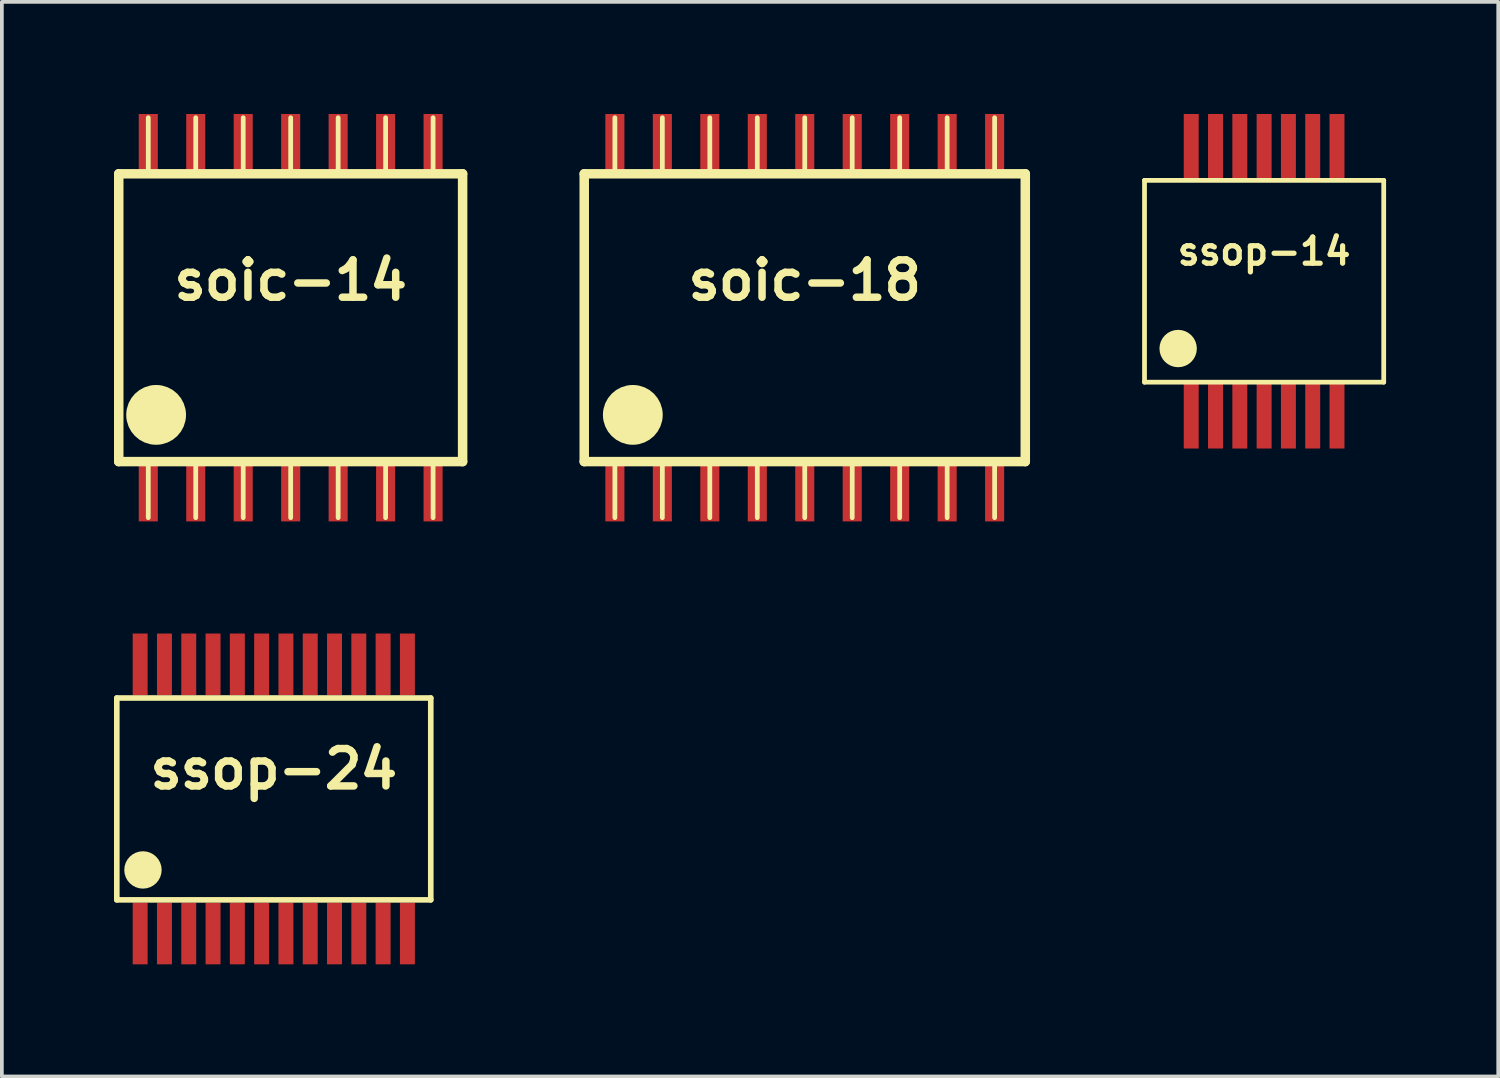
<source format=kicad_pcb>
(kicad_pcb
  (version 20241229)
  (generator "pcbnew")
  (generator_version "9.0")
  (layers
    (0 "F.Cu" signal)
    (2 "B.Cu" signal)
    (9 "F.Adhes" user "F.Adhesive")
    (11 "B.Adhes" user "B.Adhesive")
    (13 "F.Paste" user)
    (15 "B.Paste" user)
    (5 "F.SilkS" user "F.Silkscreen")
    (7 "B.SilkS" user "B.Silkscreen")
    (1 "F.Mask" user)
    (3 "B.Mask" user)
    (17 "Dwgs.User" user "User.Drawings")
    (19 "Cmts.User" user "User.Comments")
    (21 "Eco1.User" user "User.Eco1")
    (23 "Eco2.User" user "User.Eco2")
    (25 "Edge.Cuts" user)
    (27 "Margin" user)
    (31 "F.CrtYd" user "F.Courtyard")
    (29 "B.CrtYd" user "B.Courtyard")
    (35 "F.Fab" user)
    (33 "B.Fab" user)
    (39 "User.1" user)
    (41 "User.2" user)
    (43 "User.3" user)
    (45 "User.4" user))
  (footprint "soic-14"
    (layer "F.Cu")
    (at 4.727 5.45)
    (property "Reference" "soic-14" (at 0 -1 0) (layer "F.SilkS") (effects (font (size 1 1) (thickness 0.2))))
    (attr smd)
    (fp_line (start -4.6 -3.85) (end -4.6 3.85) (stroke (width 0.254) (type solid)) (layer "F.SilkS"))
    (fp_line (start -4.6 3.85) (end 4.6 3.85) (stroke (width 0.254) (type solid)) (layer "F.SilkS"))
    (fp_line (start -3.81 -3.85) (end -3.81 -5.35) (stroke (width 0.127) (type solid)) (layer "F.SilkS"))
    (fp_line (start -3.81 3.85) (end -3.81 5.35) (stroke (width 0.127) (type solid)) (layer "F.SilkS"))
    (fp_line (start -2.54 -3.85) (end -2.54 -5.35) (stroke (width 0.127) (type solid)) (layer "F.SilkS"))
    (fp_line (start -2.54 5.35) (end -2.54 3.85) (stroke (width 0.127) (type solid)) (layer "F.SilkS"))
    (fp_line (start -1.27 -5.35) (end -1.27 -3.85) (stroke (width 0.127) (type solid)) (layer "F.SilkS"))
    (fp_line (start -1.27 5.35) (end -1.27 3.85) (stroke (width 0.127) (type solid)) (layer "F.SilkS"))
    (fp_line (start 0 -5.35) (end 0 -3.85) (stroke (width 0.127) (type solid)) (layer "F.SilkS"))
    (fp_line (start 0 5.35) (end 0 3.85) (stroke (width 0.127) (type solid)) (layer "F.SilkS"))
    (fp_line (start 1.27 -5.35) (end 1.27 -3.85) (stroke (width 0.127) (type solid)) (layer "F.SilkS"))
    (fp_line (start 1.27 5.35) (end 1.27 3.85) (stroke (width 0.127) (type solid)) (layer "F.SilkS"))
    (fp_line (start 2.54 -3.85) (end 2.54 -5.35) (stroke (width 0.127) (type solid)) (layer "F.SilkS"))
    (fp_line (start 2.54 3.85) (end 2.54 5.35) (stroke (width 0.127) (type solid)) (layer "F.SilkS"))
    (fp_line (start 3.81 -3.85) (end 3.81 -5.35) (stroke (width 0.127) (type solid)) (layer "F.SilkS"))
    (fp_line (start 3.81 3.85) (end 3.81 5.35) (stroke (width 0.127) (type solid)) (layer "F.SilkS"))
    (fp_line (start 4.6 -3.85) (end -4.6 -3.85) (stroke (width 0.254) (type solid)) (layer "F.SilkS"))
    (fp_line (start 4.6 3.85) (end 4.6 -3.85) (stroke (width 0.254) (type solid)) (layer "F.SilkS"))
    (fp_circle (center -3.6 2.6) (end -3.2 2.6) (stroke (width 0.8) (type solid)) (fill no) (layer "F.SilkS"))
    (pad "1" smd rect (at -3.81 4.7) (size 0.51 1.5) (layers "F.Cu" "F.Mask" "F.Paste"))
    (pad "2" smd rect (at -2.54 4.7) (size 0.51 1.5) (layers "F.Cu" "F.Mask" "F.Paste"))
    (pad "3" smd rect (at -1.27 4.7) (size 0.51 1.5) (layers "F.Cu" "F.Mask" "F.Paste"))
    (pad "4" smd rect (at 0 4.7) (size 0.51 1.5) (layers "F.Cu" "F.Mask" "F.Paste"))
    (pad "5" smd rect (at 1.27 4.7) (size 0.51 1.5) (layers "F.Cu" "F.Mask" "F.Paste"))
    (pad "6" smd rect (at 2.54 4.7) (size 0.51 1.5) (layers "F.Cu" "F.Mask" "F.Paste"))
    (pad "7" smd rect (at 3.81 4.7) (size 0.51 1.5) (layers "F.Cu" "F.Mask" "F.Paste"))
    (pad "8" smd rect (at 3.81 -4.7) (size 0.51 1.5) (layers "F.Cu" "F.Mask" "F.Paste"))
    (pad "9" smd rect (at 2.54 -4.7) (size 0.51 1.5) (layers "F.Cu" "F.Mask" "F.Paste"))
    (pad "10" smd rect (at 1.27 -4.7) (size 0.51 1.5) (layers "F.Cu" "F.Mask" "F.Paste"))
    (pad "11" smd rect (at 0 -4.7) (size 0.51 1.5) (layers "F.Cu" "F.Mask" "F.Paste"))
    (pad "12" smd rect (at -1.27 -4.7) (size 0.51 1.5) (layers "F.Cu" "F.Mask" "F.Paste"))
    (pad "13" smd rect (at -2.54 -4.7) (size 0.51 1.5) (layers "F.Cu" "F.Mask" "F.Paste"))
    (pad "14" smd rect (at -3.81 -4.7) (size 0.51 1.5) (layers "F.Cu" "F.Mask" "F.Paste")))
  (footprint "soic-18"
    (layer "F.Cu")
    (at 18.481 5.45)
    (property "Reference" "soic-18" (at 0 -1 0) (layer "F.SilkS") (effects (font (size 1 1) (thickness 0.2))))
    (attr smd)
    (fp_line (start -5.9 -3.85) (end -5.9 3.85) (stroke (width 0.254) (type solid)) (layer "F.SilkS"))
    (fp_line (start -5.9 3.85) (end 5.9 3.85) (stroke (width 0.254) (type solid)) (layer "F.SilkS"))
    (fp_line (start -5.08 -3.85) (end -5.08 -5.35) (stroke (width 0.127) (type solid)) (layer "F.SilkS"))
    (fp_line (start -5.08 5.35) (end -5.08 3.85) (stroke (width 0.127) (type solid)) (layer "F.SilkS"))
    (fp_line (start -3.81 -3.85) (end -3.81 -5.35) (stroke (width 0.127) (type solid)) (layer "F.SilkS"))
    (fp_line (start -3.81 3.85) (end -3.81 5.35) (stroke (width 0.127) (type solid)) (layer "F.SilkS"))
    (fp_line (start -2.54 -3.85) (end -2.54 -5.35) (stroke (width 0.127) (type solid)) (layer "F.SilkS"))
    (fp_line (start -2.54 5.35) (end -2.54 3.85) (stroke (width 0.127) (type solid)) (layer "F.SilkS"))
    (fp_line (start -1.27 -5.35) (end -1.27 -3.85) (stroke (width 0.127) (type solid)) (layer "F.SilkS"))
    (fp_line (start -1.27 5.35) (end -1.27 3.85) (stroke (width 0.127) (type solid)) (layer "F.SilkS"))
    (fp_line (start 0 -5.35) (end 0 -3.85) (stroke (width 0.127) (type solid)) (layer "F.SilkS"))
    (fp_line (start 0 5.35) (end 0 3.85) (stroke (width 0.127) (type solid)) (layer "F.SilkS"))
    (fp_line (start 1.27 -5.35) (end 1.27 -3.85) (stroke (width 0.127) (type solid)) (layer "F.SilkS"))
    (fp_line (start 1.27 5.35) (end 1.27 3.85) (stroke (width 0.127) (type solid)) (layer "F.SilkS"))
    (fp_line (start 2.54 -3.85) (end 2.54 -5.35) (stroke (width 0.127) (type solid)) (layer "F.SilkS"))
    (fp_line (start 2.54 3.85) (end 2.54 5.35) (stroke (width 0.127) (type solid)) (layer "F.SilkS"))
    (fp_line (start 3.81 -3.85) (end 3.81 -5.35) (stroke (width 0.127) (type solid)) (layer "F.SilkS"))
    (fp_line (start 3.81 3.85) (end 3.81 5.35) (stroke (width 0.127) (type solid)) (layer "F.SilkS"))
    (fp_line (start 5.08 -3.85) (end 5.08 -5.35) (stroke (width 0.127) (type solid)) (layer "F.SilkS"))
    (fp_line (start 5.08 3.85) (end 5.08 5.35) (stroke (width 0.127) (type solid)) (layer "F.SilkS"))
    (fp_line (start 5.9 -3.85) (end -5.9 -3.85) (stroke (width 0.254) (type solid)) (layer "F.SilkS"))
    (fp_line (start 5.9 3.85) (end 5.9 -3.85) (stroke (width 0.254) (type solid)) (layer "F.SilkS"))
    (fp_circle (center -4.6 2.6) (end -4.2 2.6) (stroke (width 0.8) (type solid)) (fill no) (layer "F.SilkS"))
    (pad "1" smd rect (at -5.08 4.7) (size 0.51 1.5) (layers "F.Cu" "F.Mask" "F.Paste"))
    (pad "2" smd rect (at -3.81 4.7) (size 0.51 1.5) (layers "F.Cu" "F.Mask" "F.Paste"))
    (pad "3" smd rect (at -2.54 4.7) (size 0.51 1.5) (layers "F.Cu" "F.Mask" "F.Paste"))
    (pad "4" smd rect (at -1.27 4.7) (size 0.51 1.5) (layers "F.Cu" "F.Mask" "F.Paste"))
    (pad "5" smd rect (at 0 4.7) (size 0.51 1.5) (layers "F.Cu" "F.Mask" "F.Paste"))
    (pad "6" smd rect (at 1.27 4.7) (size 0.51 1.5) (layers "F.Cu" "F.Mask" "F.Paste"))
    (pad "7" smd rect (at 2.54 4.7) (size 0.51 1.5) (layers "F.Cu" "F.Mask" "F.Paste"))
    (pad "8" smd rect (at 3.81 4.7) (size 0.51 1.5) (layers "F.Cu" "F.Mask" "F.Paste"))
    (pad "9" smd rect (at 5.08 4.7) (size 0.51 1.5) (layers "F.Cu" "F.Mask" "F.Paste"))
    (pad "10" smd rect (at 5.08 -4.7) (size 0.51 1.5) (layers "F.Cu" "F.Mask" "F.Paste"))
    (pad "11" smd rect (at 3.81 -4.7) (size 0.51 1.5) (layers "F.Cu" "F.Mask" "F.Paste"))
    (pad "12" smd rect (at 2.54 -4.7) (size 0.51 1.5) (layers "F.Cu" "F.Mask" "F.Paste"))
    (pad "13" smd rect (at 1.27 -4.7) (size 0.51 1.5) (layers "F.Cu" "F.Mask" "F.Paste"))
    (pad "14" smd rect (at 0 -4.7) (size 0.51 1.5) (layers "F.Cu" "F.Mask" "F.Paste"))
    (pad "15" smd rect (at -1.27 -4.7) (size 0.51 1.5) (layers "F.Cu" "F.Mask" "F.Paste"))
    (pad "16" smd rect (at -2.54 -4.7) (size 0.51 1.5) (layers "F.Cu" "F.Mask" "F.Paste"))
    (pad "17" smd rect (at -3.81 -4.7) (size 0.51 1.5) (layers "F.Cu" "F.Mask" "F.Paste"))
    (pad "18" smd rect (at -5.08 -4.7) (size 0.51 1.5) (layers "F.Cu" "F.Mask" "F.Paste")))
  (footprint "ssop-14"
    (layer "F.Cu")
    (at 30.771 4.475)
    (property "Reference" "ssop-14" (at 0 -0.8 0) (layer "F.SilkS") (effects (font (size 0.7 0.7) (thickness 0.14))))
    (attr smd)
    (fp_line (start -3.2 -2.7) (end 3.2 -2.7) (stroke (width 0.127) (type solid)) (layer "F.SilkS"))
    (fp_line (start -3.2 2.7) (end -3.2 -2.7) (stroke (width 0.127) (type solid)) (layer "F.SilkS"))
    (fp_line (start 3.2 -2.7) (end 3.2 2.7) (stroke (width 0.127) (type solid)) (layer "F.SilkS"))
    (fp_line (start 3.2 2.7) (end -3.2 2.7) (stroke (width 0.127) (type solid)) (layer "F.SilkS"))
    (fp_circle (center -2.3 1.8) (end -2.05 1.8) (stroke (width 0.5) (type solid)) (fill no) (layer "F.SilkS"))
    (pad "1" smd rect (at -1.95 3.6) (size 0.4 1.75) (layers "F.Cu" "F.Mask" "F.Paste"))
    (pad "2" smd rect (at -1.3 3.6) (size 0.4 1.75) (layers "F.Cu" "F.Mask" "F.Paste"))
    (pad "3" smd rect (at -0.65 3.6) (size 0.4 1.75) (layers "F.Cu" "F.Mask" "F.Paste"))
    (pad "4" smd rect (at 0 3.6) (size 0.4 1.75) (layers "F.Cu" "F.Mask" "F.Paste"))
    (pad "5" smd rect (at 0.65 3.6) (size 0.4 1.75) (layers "F.Cu" "F.Mask" "F.Paste"))
    (pad "6" smd rect (at 1.3 3.6) (size 0.4 1.75) (layers "F.Cu" "F.Mask" "F.Paste"))
    (pad "7" smd rect (at 1.95 3.6) (size 0.4 1.75) (layers "F.Cu" "F.Mask" "F.Paste"))
    (pad "8" smd rect (at 1.95 -3.6) (size 0.4 1.75) (layers "F.Cu" "F.Mask" "F.Paste"))
    (pad "9" smd rect (at 1.3 -3.6) (size 0.4 1.75) (layers "F.Cu" "F.Mask" "F.Paste"))
    (pad "10" smd rect (at 0.65 -3.6) (size 0.4 1.75) (layers "F.Cu" "F.Mask" "F.Paste"))
    (pad "11" smd rect (at 0 -3.6) (size 0.4 1.75) (layers "F.Cu" "F.Mask" "F.Paste"))
    (pad "12" smd rect (at -0.65 -3.6) (size 0.4 1.75) (layers "F.Cu" "F.Mask" "F.Paste"))
    (pad "13" smd rect (at -1.3 -3.6) (size 0.4 1.75) (layers "F.Cu" "F.Mask" "F.Paste"))
    (pad "14" smd rect (at -1.95 -3.6) (size 0.4 1.75) (layers "F.Cu" "F.Mask" "F.Paste")))
  (footprint "ssop-24"
    (layer "F.Cu")
    (at 4.275 18.325)
    (property "Reference" "ssop-24" (at 0 -0.8 0) (layer "F.SilkS") (effects (font (size 1 1) (thickness 0.2))))
    (attr smd)
    (fp_line (start -4.2 -2.7) (end 4.2 -2.7) (stroke (width 0.15) (type solid)) (layer "F.SilkS"))
    (fp_line (start -4.2 2.7) (end -4.2 -2.7) (stroke (width 0.15) (type solid)) (layer "F.SilkS"))
    (fp_line (start 4.2 -2.7) (end 4.2 2.7) (stroke (width 0.15) (type solid)) (layer "F.SilkS"))
    (fp_line (start 4.2 2.7) (end -4.2 2.7) (stroke (width 0.15) (type solid)) (layer "F.SilkS"))
    (fp_circle (center -3.5 1.9) (end -3.25 1.9) (stroke (width 0.5) (type solid)) (fill no) (layer "F.SilkS"))
    (pad "1" smd rect (at -3.575 3.6) (size 0.4 1.65) (layers "F.Cu" "F.Mask" "F.Paste"))
    (pad "2" smd rect (at -2.925 3.6) (size 0.4 1.65) (layers "F.Cu" "F.Mask" "F.Paste"))
    (pad "3" smd rect (at -2.275 3.6) (size 0.4 1.65) (layers "F.Cu" "F.Mask" "F.Paste"))
    (pad "4" smd rect (at -1.625 3.6) (size 0.4 1.65) (layers "F.Cu" "F.Mask" "F.Paste"))
    (pad "5" smd rect (at -0.975 3.6) (size 0.4 1.65) (layers "F.Cu" "F.Mask" "F.Paste"))
    (pad "6" smd rect (at -0.325 3.6) (size 0.4 1.65) (layers "F.Cu" "F.Mask" "F.Paste"))
    (pad "7" smd rect (at 0.325 3.6) (size 0.4 1.65) (layers "F.Cu" "F.Mask" "F.Paste"))
    (pad "8" smd rect (at 0.975 3.6) (size 0.4 1.65) (layers "F.Cu" "F.Mask" "F.Paste"))
    (pad "9" smd rect (at 1.625 3.6) (size 0.4 1.65) (layers "F.Cu" "F.Mask" "F.Paste"))
    (pad "10" smd rect (at 2.275 3.6) (size 0.4 1.65) (layers "F.Cu" "F.Mask" "F.Paste"))
    (pad "11" smd rect (at 2.925 3.6) (size 0.4 1.65) (layers "F.Cu" "F.Mask" "F.Paste"))
    (pad "12" smd rect (at 3.575 3.6) (size 0.4 1.65) (layers "F.Cu" "F.Mask" "F.Paste"))
    (pad "13" smd rect (at 3.575 -3.6) (size 0.4 1.65) (layers "F.Cu" "F.Mask" "F.Paste"))
    (pad "14" smd rect (at 2.925 -3.6) (size 0.4 1.65) (layers "F.Cu" "F.Mask" "F.Paste"))
    (pad "15" smd rect (at 2.275 -3.6) (size 0.4 1.65) (layers "F.Cu" "F.Mask" "F.Paste"))
    (pad "16" smd rect (at 1.625 -3.6) (size 0.4 1.65) (layers "F.Cu" "F.Mask" "F.Paste"))
    (pad "17" smd rect (at 0.975 -3.6) (size 0.4 1.65) (layers "F.Cu" "F.Mask" "F.Paste"))
    (pad "18" smd rect (at 0.325 -3.6) (size 0.4 1.65) (layers "F.Cu" "F.Mask" "F.Paste"))
    (pad "19" smd rect (at -0.325 -3.6) (size 0.4 1.65) (layers "F.Cu" "F.Mask" "F.Paste"))
    (pad "20" smd rect (at -0.975 -3.6) (size 0.4 1.65) (layers "F.Cu" "F.Mask" "F.Paste"))
    (pad "21" smd rect (at -1.625 -3.6) (size 0.4 1.65) (layers "F.Cu" "F.Mask" "F.Paste"))
    (pad "22" smd rect (at -2.275 -3.6) (size 0.4 1.65) (layers "F.Cu" "F.Mask" "F.Paste"))
    (pad "23" smd rect (at -2.925 -3.6) (size 0.4 1.65) (layers "F.Cu" "F.Mask" "F.Paste"))
    (pad "24" smd rect (at -3.575 -3.6) (size 0.4 1.65) (layers "F.Cu" "F.Mask" "F.Paste")))
  (gr_rect
    (start -3 -3)
    (end 37.035 25.75)
    (stroke (width 0.1) (type default))
    (fill no)
    (layer "Edge.Cuts")))
</source>
